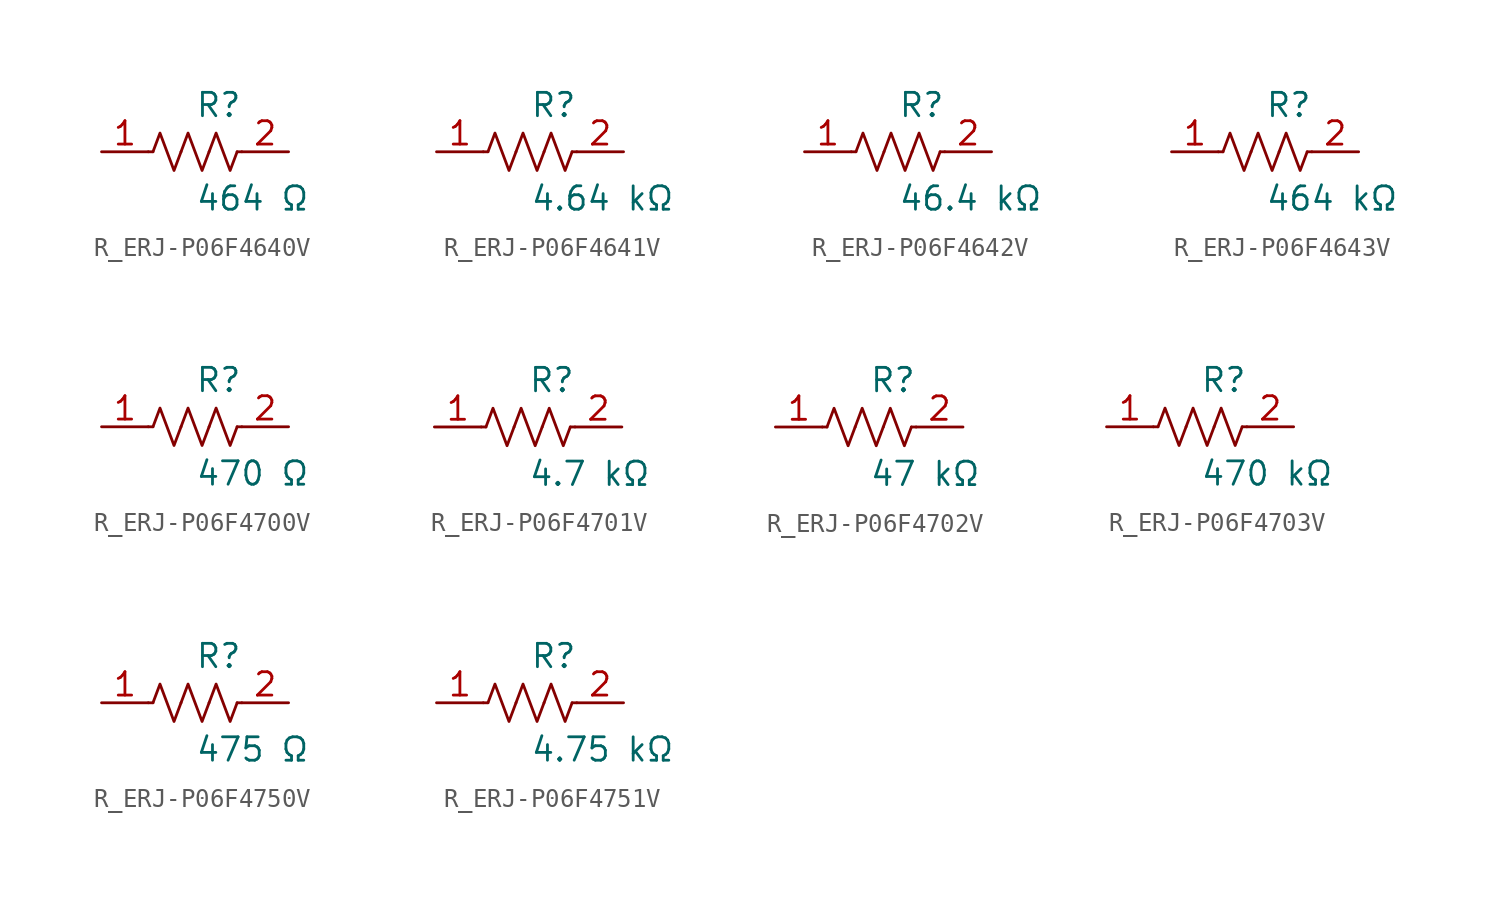
<source format=kicad_sym>
(kicad_symbol_lib
  (version 20231120)
  (generator kicad_symbol_editor)
  (generator_version 8.0)
  (symbol "R_ERJ-P06F4640V"
    (pin_names
      (offset 0.254))
    (property "Reference" "R"
      (at 0.0 2.54 0)
      (effects (font (size 1.27 1.27)) (justify left)))
    (property "Value" "464 Ω"
      (at 0.0 -2.54 0)
      (effects (font (size 1.27 1.27)) (justify left)))
    (symbol "R_ERJ-P06F4640V_0_1"
      (polyline (pts (xy 2.286 0) (xy 2.54 0)) (stroke (width 0) (type default)) (fill (type none)))
      (polyline (pts (xy -2.286 0) (xy -2.54 0)) (stroke (width 0) (type default)) (fill (type none)))
      (polyline (pts (xy 0.762 0) (xy 1.143 1.016) (xy 1.524 0) (xy 1.905 -1.016) (xy 2.286 0)) (stroke (width 0) (type default)) (fill (type none)))
      (polyline (pts (xy -0.762 0) (xy -0.381 1.016) (xy 0 0) (xy 0.381 -1.016) (xy 0.762 0)) (stroke (width 0) (type default)) (fill (type none)))
      (polyline (pts (xy -2.286 0) (xy -1.905 1.016) (xy -1.524 0) (xy -1.143 -1.016) (xy -0.762 0)) (stroke (width 0) (type default)) (fill (type none))))
    (pin unspecified line
      (at -5.08 0 0)
      (length 2.54)
      (name "" (effects (font (size 1.27 1.27))))
      (number "1" (effects (font (size 1.27 1.27)))))
    (pin unspecified line
      (at 5.08 0 180)
      (length 2.54)
      (name "" (effects (font (size 1.27 1.27))))
      (number "2" (effects (font (size 1.27 1.27))))))
  (symbol "R_ERJ-P06F4641V"
    (pin_names
      (offset 0.254))
    (property "Reference" "R"
      (at 0.0 2.54 0)
      (effects (font (size 1.27 1.27)) (justify left)))
    (property "Value" "4.64 kΩ"
      (at 0.0 -2.54 0)
      (effects (font (size 1.27 1.27)) (justify left)))
    (symbol "R_ERJ-P06F4641V_0_1"
      (polyline (pts (xy 2.286 0) (xy 2.54 0)) (stroke (width 0) (type default)) (fill (type none)))
      (polyline (pts (xy -2.286 0) (xy -2.54 0)) (stroke (width 0) (type default)) (fill (type none)))
      (polyline (pts (xy 0.762 0) (xy 1.143 1.016) (xy 1.524 0) (xy 1.905 -1.016) (xy 2.286 0)) (stroke (width 0) (type default)) (fill (type none)))
      (polyline (pts (xy -0.762 0) (xy -0.381 1.016) (xy 0 0) (xy 0.381 -1.016) (xy 0.762 0)) (stroke (width 0) (type default)) (fill (type none)))
      (polyline (pts (xy -2.286 0) (xy -1.905 1.016) (xy -1.524 0) (xy -1.143 -1.016) (xy -0.762 0)) (stroke (width 0) (type default)) (fill (type none))))
    (pin unspecified line
      (at -5.08 0 0)
      (length 2.54)
      (name "" (effects (font (size 1.27 1.27))))
      (number "1" (effects (font (size 1.27 1.27)))))
    (pin unspecified line
      (at 5.08 0 180)
      (length 2.54)
      (name "" (effects (font (size 1.27 1.27))))
      (number "2" (effects (font (size 1.27 1.27))))))
  (symbol "R_ERJ-P06F4642V"
    (pin_names
      (offset 0.254))
    (property "Reference" "R"
      (at 0.0 2.54 0)
      (effects (font (size 1.27 1.27)) (justify left)))
    (property "Value" "46.4 kΩ"
      (at 0.0 -2.54 0)
      (effects (font (size 1.27 1.27)) (justify left)))
    (symbol "R_ERJ-P06F4642V_0_1"
      (polyline (pts (xy 2.286 0) (xy 2.54 0)) (stroke (width 0) (type default)) (fill (type none)))
      (polyline (pts (xy -2.286 0) (xy -2.54 0)) (stroke (width 0) (type default)) (fill (type none)))
      (polyline (pts (xy 0.762 0) (xy 1.143 1.016) (xy 1.524 0) (xy 1.905 -1.016) (xy 2.286 0)) (stroke (width 0) (type default)) (fill (type none)))
      (polyline (pts (xy -0.762 0) (xy -0.381 1.016) (xy 0 0) (xy 0.381 -1.016) (xy 0.762 0)) (stroke (width 0) (type default)) (fill (type none)))
      (polyline (pts (xy -2.286 0) (xy -1.905 1.016) (xy -1.524 0) (xy -1.143 -1.016) (xy -0.762 0)) (stroke (width 0) (type default)) (fill (type none))))
    (pin unspecified line
      (at -5.08 0 0)
      (length 2.54)
      (name "" (effects (font (size 1.27 1.27))))
      (number "1" (effects (font (size 1.27 1.27)))))
    (pin unspecified line
      (at 5.08 0 180)
      (length 2.54)
      (name "" (effects (font (size 1.27 1.27))))
      (number "2" (effects (font (size 1.27 1.27))))))
  (symbol "R_ERJ-P06F4643V"
    (pin_names
      (offset 0.254))
    (property "Reference" "R"
      (at 0.0 2.54 0)
      (effects (font (size 1.27 1.27)) (justify left)))
    (property "Value" "464 kΩ"
      (at 0.0 -2.54 0)
      (effects (font (size 1.27 1.27)) (justify left)))
    (symbol "R_ERJ-P06F4643V_0_1"
      (polyline (pts (xy 2.286 0) (xy 2.54 0)) (stroke (width 0) (type default)) (fill (type none)))
      (polyline (pts (xy -2.286 0) (xy -2.54 0)) (stroke (width 0) (type default)) (fill (type none)))
      (polyline (pts (xy 0.762 0) (xy 1.143 1.016) (xy 1.524 0) (xy 1.905 -1.016) (xy 2.286 0)) (stroke (width 0) (type default)) (fill (type none)))
      (polyline (pts (xy -0.762 0) (xy -0.381 1.016) (xy 0 0) (xy 0.381 -1.016) (xy 0.762 0)) (stroke (width 0) (type default)) (fill (type none)))
      (polyline (pts (xy -2.286 0) (xy -1.905 1.016) (xy -1.524 0) (xy -1.143 -1.016) (xy -0.762 0)) (stroke (width 0) (type default)) (fill (type none))))
    (pin unspecified line
      (at -5.08 0 0)
      (length 2.54)
      (name "" (effects (font (size 1.27 1.27))))
      (number "1" (effects (font (size 1.27 1.27)))))
    (pin unspecified line
      (at 5.08 0 180)
      (length 2.54)
      (name "" (effects (font (size 1.27 1.27))))
      (number "2" (effects (font (size 1.27 1.27))))))
  (symbol "R_ERJ-P06F4700V"
    (pin_names
      (offset 0.254))
    (property "Reference" "R"
      (at 0.0 2.54 0)
      (effects (font (size 1.27 1.27)) (justify left)))
    (property "Value" "470 Ω"
      (at 0.0 -2.54 0)
      (effects (font (size 1.27 1.27)) (justify left)))
    (symbol "R_ERJ-P06F4700V_0_1"
      (polyline (pts (xy 2.286 0) (xy 2.54 0)) (stroke (width 0) (type default)) (fill (type none)))
      (polyline (pts (xy -2.286 0) (xy -2.54 0)) (stroke (width 0) (type default)) (fill (type none)))
      (polyline (pts (xy 0.762 0) (xy 1.143 1.016) (xy 1.524 0) (xy 1.905 -1.016) (xy 2.286 0)) (stroke (width 0) (type default)) (fill (type none)))
      (polyline (pts (xy -0.762 0) (xy -0.381 1.016) (xy 0 0) (xy 0.381 -1.016) (xy 0.762 0)) (stroke (width 0) (type default)) (fill (type none)))
      (polyline (pts (xy -2.286 0) (xy -1.905 1.016) (xy -1.524 0) (xy -1.143 -1.016) (xy -0.762 0)) (stroke (width 0) (type default)) (fill (type none))))
    (pin unspecified line
      (at -5.08 0 0)
      (length 2.54)
      (name "" (effects (font (size 1.27 1.27))))
      (number "1" (effects (font (size 1.27 1.27)))))
    (pin unspecified line
      (at 5.08 0 180)
      (length 2.54)
      (name "" (effects (font (size 1.27 1.27))))
      (number "2" (effects (font (size 1.27 1.27))))))
  (symbol "R_ERJ-P06F4701V"
    (pin_names
      (offset 0.254))
    (property "Reference" "R"
      (at 0.0 2.54 0)
      (effects (font (size 1.27 1.27)) (justify left)))
    (property "Value" "4.7 kΩ"
      (at 0.0 -2.54 0)
      (effects (font (size 1.27 1.27)) (justify left)))
    (symbol "R_ERJ-P06F4701V_0_1"
      (polyline (pts (xy 2.286 0) (xy 2.54 0)) (stroke (width 0) (type default)) (fill (type none)))
      (polyline (pts (xy -2.286 0) (xy -2.54 0)) (stroke (width 0) (type default)) (fill (type none)))
      (polyline (pts (xy 0.762 0) (xy 1.143 1.016) (xy 1.524 0) (xy 1.905 -1.016) (xy 2.286 0)) (stroke (width 0) (type default)) (fill (type none)))
      (polyline (pts (xy -0.762 0) (xy -0.381 1.016) (xy 0 0) (xy 0.381 -1.016) (xy 0.762 0)) (stroke (width 0) (type default)) (fill (type none)))
      (polyline (pts (xy -2.286 0) (xy -1.905 1.016) (xy -1.524 0) (xy -1.143 -1.016) (xy -0.762 0)) (stroke (width 0) (type default)) (fill (type none))))
    (pin unspecified line
      (at -5.08 0 0)
      (length 2.54)
      (name "" (effects (font (size 1.27 1.27))))
      (number "1" (effects (font (size 1.27 1.27)))))
    (pin unspecified line
      (at 5.08 0 180)
      (length 2.54)
      (name "" (effects (font (size 1.27 1.27))))
      (number "2" (effects (font (size 1.27 1.27))))))
  (symbol "R_ERJ-P06F4702V"
    (pin_names
      (offset 0.254))
    (property "Reference" "R"
      (at 0.0 2.54 0)
      (effects (font (size 1.27 1.27)) (justify left)))
    (property "Value" "47 kΩ"
      (at 0.0 -2.54 0)
      (effects (font (size 1.27 1.27)) (justify left)))
    (symbol "R_ERJ-P06F4702V_0_1"
      (polyline (pts (xy 2.286 0) (xy 2.54 0)) (stroke (width 0) (type default)) (fill (type none)))
      (polyline (pts (xy -2.286 0) (xy -2.54 0)) (stroke (width 0) (type default)) (fill (type none)))
      (polyline (pts (xy 0.762 0) (xy 1.143 1.016) (xy 1.524 0) (xy 1.905 -1.016) (xy 2.286 0)) (stroke (width 0) (type default)) (fill (type none)))
      (polyline (pts (xy -0.762 0) (xy -0.381 1.016) (xy 0 0) (xy 0.381 -1.016) (xy 0.762 0)) (stroke (width 0) (type default)) (fill (type none)))
      (polyline (pts (xy -2.286 0) (xy -1.905 1.016) (xy -1.524 0) (xy -1.143 -1.016) (xy -0.762 0)) (stroke (width 0) (type default)) (fill (type none))))
    (pin unspecified line
      (at -5.08 0 0)
      (length 2.54)
      (name "" (effects (font (size 1.27 1.27))))
      (number "1" (effects (font (size 1.27 1.27)))))
    (pin unspecified line
      (at 5.08 0 180)
      (length 2.54)
      (name "" (effects (font (size 1.27 1.27))))
      (number "2" (effects (font (size 1.27 1.27))))))
  (symbol "R_ERJ-P06F4703V"
    (pin_names
      (offset 0.254))
    (property "Reference" "R"
      (at 0.0 2.54 0)
      (effects (font (size 1.27 1.27)) (justify left)))
    (property "Value" "470 kΩ"
      (at 0.0 -2.54 0)
      (effects (font (size 1.27 1.27)) (justify left)))
    (symbol "R_ERJ-P06F4703V_0_1"
      (polyline (pts (xy 2.286 0) (xy 2.54 0)) (stroke (width 0) (type default)) (fill (type none)))
      (polyline (pts (xy -2.286 0) (xy -2.54 0)) (stroke (width 0) (type default)) (fill (type none)))
      (polyline (pts (xy 0.762 0) (xy 1.143 1.016) (xy 1.524 0) (xy 1.905 -1.016) (xy 2.286 0)) (stroke (width 0) (type default)) (fill (type none)))
      (polyline (pts (xy -0.762 0) (xy -0.381 1.016) (xy 0 0) (xy 0.381 -1.016) (xy 0.762 0)) (stroke (width 0) (type default)) (fill (type none)))
      (polyline (pts (xy -2.286 0) (xy -1.905 1.016) (xy -1.524 0) (xy -1.143 -1.016) (xy -0.762 0)) (stroke (width 0) (type default)) (fill (type none))))
    (pin unspecified line
      (at -5.08 0 0)
      (length 2.54)
      (name "" (effects (font (size 1.27 1.27))))
      (number "1" (effects (font (size 1.27 1.27)))))
    (pin unspecified line
      (at 5.08 0 180)
      (length 2.54)
      (name "" (effects (font (size 1.27 1.27))))
      (number "2" (effects (font (size 1.27 1.27))))))
  (symbol "R_ERJ-P06F4750V"
    (pin_names
      (offset 0.254))
    (property "Reference" "R"
      (at 0.0 2.54 0)
      (effects (font (size 1.27 1.27)) (justify left)))
    (property "Value" "475 Ω"
      (at 0.0 -2.54 0)
      (effects (font (size 1.27 1.27)) (justify left)))
    (symbol "R_ERJ-P06F4750V_0_1"
      (polyline (pts (xy 2.286 0) (xy 2.54 0)) (stroke (width 0) (type default)) (fill (type none)))
      (polyline (pts (xy -2.286 0) (xy -2.54 0)) (stroke (width 0) (type default)) (fill (type none)))
      (polyline (pts (xy 0.762 0) (xy 1.143 1.016) (xy 1.524 0) (xy 1.905 -1.016) (xy 2.286 0)) (stroke (width 0) (type default)) (fill (type none)))
      (polyline (pts (xy -0.762 0) (xy -0.381 1.016) (xy 0 0) (xy 0.381 -1.016) (xy 0.762 0)) (stroke (width 0) (type default)) (fill (type none)))
      (polyline (pts (xy -2.286 0) (xy -1.905 1.016) (xy -1.524 0) (xy -1.143 -1.016) (xy -0.762 0)) (stroke (width 0) (type default)) (fill (type none))))
    (pin unspecified line
      (at -5.08 0 0)
      (length 2.54)
      (name "" (effects (font (size 1.27 1.27))))
      (number "1" (effects (font (size 1.27 1.27)))))
    (pin unspecified line
      (at 5.08 0 180)
      (length 2.54)
      (name "" (effects (font (size 1.27 1.27))))
      (number "2" (effects (font (size 1.27 1.27))))))
  (symbol "R_ERJ-P06F4751V"
    (pin_names
      (offset 0.254))
    (property "Reference" "R"
      (at 0.0 2.54 0)
      (effects (font (size 1.27 1.27)) (justify left)))
    (property "Value" "4.75 kΩ"
      (at 0.0 -2.54 0)
      (effects (font (size 1.27 1.27)) (justify left)))
    (symbol "R_ERJ-P06F4751V_0_1"
      (polyline (pts (xy 2.286 0) (xy 2.54 0)) (stroke (width 0) (type default)) (fill (type none)))
      (polyline (pts (xy -2.286 0) (xy -2.54 0)) (stroke (width 0) (type default)) (fill (type none)))
      (polyline (pts (xy 0.762 0) (xy 1.143 1.016) (xy 1.524 0) (xy 1.905 -1.016) (xy 2.286 0)) (stroke (width 0) (type default)) (fill (type none)))
      (polyline (pts (xy -0.762 0) (xy -0.381 1.016) (xy 0 0) (xy 0.381 -1.016) (xy 0.762 0)) (stroke (width 0) (type default)) (fill (type none)))
      (polyline (pts (xy -2.286 0) (xy -1.905 1.016) (xy -1.524 0) (xy -1.143 -1.016) (xy -0.762 0)) (stroke (width 0) (type default)) (fill (type none))))
    (pin unspecified line
      (at -5.08 0 0)
      (length 2.54)
      (name "" (effects (font (size 1.27 1.27))))
      (number "1" (effects (font (size 1.27 1.27)))))
    (pin unspecified line
      (at 5.08 0 180)
      (length 2.54)
      (name "" (effects (font (size 1.27 1.27))))
      (number "2" (effects (font (size 1.27 1.27)))))))
</source>
